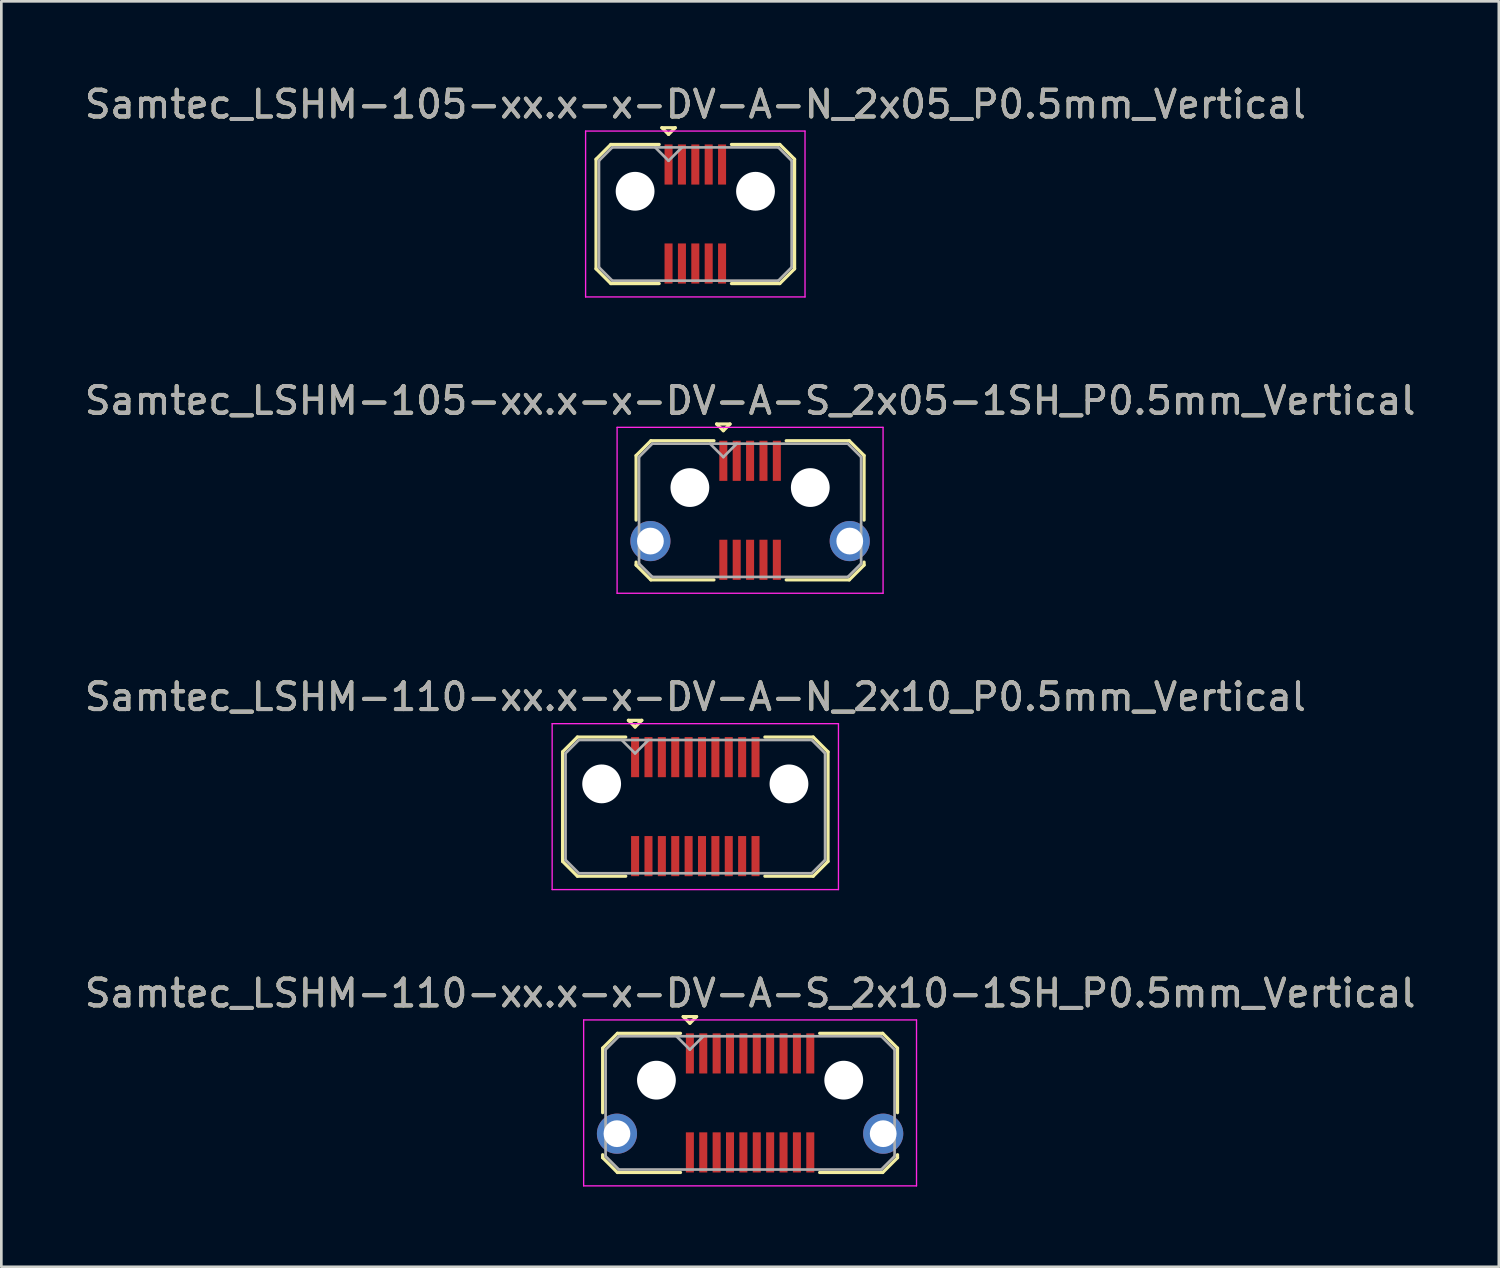
<source format=kicad_pcb>
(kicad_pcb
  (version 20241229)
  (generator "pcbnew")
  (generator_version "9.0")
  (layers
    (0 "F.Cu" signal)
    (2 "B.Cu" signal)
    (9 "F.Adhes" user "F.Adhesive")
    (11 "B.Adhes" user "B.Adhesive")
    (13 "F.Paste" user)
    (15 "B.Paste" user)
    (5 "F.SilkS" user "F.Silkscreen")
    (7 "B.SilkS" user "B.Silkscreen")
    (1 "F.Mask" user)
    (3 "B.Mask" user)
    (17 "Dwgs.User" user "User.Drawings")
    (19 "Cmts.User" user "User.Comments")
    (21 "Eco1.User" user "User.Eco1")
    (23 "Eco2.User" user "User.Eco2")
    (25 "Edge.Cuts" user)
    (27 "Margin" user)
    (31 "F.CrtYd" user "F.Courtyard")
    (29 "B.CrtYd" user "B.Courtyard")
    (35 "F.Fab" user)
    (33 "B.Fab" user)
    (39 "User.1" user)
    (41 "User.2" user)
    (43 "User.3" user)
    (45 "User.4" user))
  (footprint "Samtec_LSHM-110-xx.x-x-DV-A-S_2x10-1SH_P0.5mm_Vertical"
    (layer "F.Cu")
    (at 24.982 38.168)
    (property "Reference" "Samtec_LSHM-110-xx.x-x-DV-A-S_2x10-1SH_P0.5mm_Vertical" (at 0 -4.1 0) (layer "F.SilkS") (effects (font (size 1 1) (thickness 0.15))))
    (attr smd)
    (fp_line (start -5.51 -2.047) (end -5.51 0.365) (stroke (width 0.12) (type solid)) (layer "F.SilkS"))
    (fp_line (start -5.51 1.935) (end -5.51 2.047) (stroke (width 0.12) (type solid)) (layer "F.SilkS"))
    (fp_line (start -5.51 2.047) (end -4.957 2.6) (stroke (width 0.12) (type solid)) (layer "F.SilkS"))
    (fp_line (start -4.957 -2.6) (end -5.51 -2.047) (stroke (width 0.12) (type solid)) (layer "F.SilkS"))
    (fp_line (start -4.957 2.6) (end -2.6 2.6) (stroke (width 0.12) (type solid)) (layer "F.SilkS"))
    (fp_line (start -2.6 -2.6) (end -4.957 -2.6) (stroke (width 0.12) (type solid)) (layer "F.SilkS"))
    (fp_line (start -2.5 -3.225) (end -2 -3.225) (stroke (width 0.12) (type solid)) (layer "F.SilkS"))
    (fp_line (start -2.25 -2.975) (end -2.5 -3.225) (stroke (width 0.12) (type solid)) (layer "F.SilkS"))
    (fp_line (start -2 -3.225) (end -2.25 -2.975) (stroke (width 0.12) (type solid)) (layer "F.SilkS"))
    (fp_line (start 2.6 -2.6) (end 4.957 -2.6) (stroke (width 0.12) (type solid)) (layer "F.SilkS"))
    (fp_line (start 4.957 -2.6) (end 5.51 -2.047) (stroke (width 0.12) (type solid)) (layer "F.SilkS"))
    (fp_line (start 4.957 2.6) (end 2.6 2.6) (stroke (width 0.12) (type solid)) (layer "F.SilkS"))
    (fp_line (start 5.51 -2.047) (end 5.51 0.365) (stroke (width 0.12) (type solid)) (layer "F.SilkS"))
    (fp_line (start 5.51 1.935) (end 5.51 2.047) (stroke (width 0.12) (type solid)) (layer "F.SilkS"))
    (fp_line (start 5.51 2.047) (end 4.957 2.6) (stroke (width 0.12) (type solid)) (layer "F.SilkS"))
    (fp_line (start -6.22 -3.1) (end -6.22 3.1) (stroke (width 0.05) (type solid)) (layer "F.CrtYd"))
    (fp_line (start -6.22 3.1) (end 6.22 3.1) (stroke (width 0.05) (type solid)) (layer "F.CrtYd"))
    (fp_line (start 6.22 -3.1) (end -6.22 -3.1) (stroke (width 0.05) (type solid)) (layer "F.CrtYd"))
    (fp_line (start 6.22 3.1) (end 6.22 -3.1) (stroke (width 0.05) (type solid)) (layer "F.CrtYd"))
    (fp_line (start -5.4 -1.992) (end -5.4 1.992) (stroke (width 0.1) (type solid)) (layer "F.Fab"))
    (fp_line (start -5.4 1.992) (end -4.902 2.49) (stroke (width 0.1) (type solid)) (layer "F.Fab"))
    (fp_line (start -4.902 -2.49) (end -5.4 -1.992) (stroke (width 0.1) (type solid)) (layer "F.Fab"))
    (fp_line (start -4.902 2.49) (end 4.902 2.49) (stroke (width 0.1) (type solid)) (layer "F.Fab"))
    (fp_line (start -2.25 -1.99) (end -2.75 -2.49) (stroke (width 0.1) (type solid)) (layer "F.Fab"))
    (fp_line (start -1.75 -2.49) (end -2.25 -1.99) (stroke (width 0.1) (type solid)) (layer "F.Fab"))
    (fp_line (start 4.902 -2.49) (end -4.902 -2.49) (stroke (width 0.1) (type solid)) (layer "F.Fab"))
    (fp_line (start 4.902 2.49) (end 5.4 1.992) (stroke (width 0.1) (type solid)) (layer "F.Fab"))
    (fp_line (start 5.4 -1.992) (end 4.902 -2.49) (stroke (width 0.1) (type solid)) (layer "F.Fab"))
    (fp_line (start 5.4 1.992) (end 5.4 -1.992) (stroke (width 0.1) (type solid)) (layer "F.Fab"))
    (fp_text user "${REFERENCE}" (at 0 -4.1 0) (layer "F.Fab") (effects (font (size 1 1) (thickness 0.15))))
    (pad "" np_thru_hole circle (at -3.5 -0.85) (size 1.45 1.45) (drill 1.45) (layers "*.Cu" "*.Mask"))
    (pad "" np_thru_hole circle (at 3.5 -0.85) (size 1.45 1.45) (drill 1.45) (layers "*.Cu" "*.Mask"))
    (pad "1" smd rect (at -2.25 -1.85) (size 0.3 1.5) (layers "F.Cu" "F.Mask" "F.Paste"))
    (pad "2" smd rect (at -2.25 1.85) (size 0.3 1.5) (layers "F.Cu" "F.Mask" "F.Paste"))
    (pad "3" smd rect (at -1.75 -1.85) (size 0.3 1.5) (layers "F.Cu" "F.Mask" "F.Paste"))
    (pad "4" smd rect (at -1.75 1.85) (size 0.3 1.5) (layers "F.Cu" "F.Mask" "F.Paste"))
    (pad "5" smd rect (at -1.25 -1.85) (size 0.3 1.5) (layers "F.Cu" "F.Mask" "F.Paste"))
    (pad "6" smd rect (at -1.25 1.85) (size 0.3 1.5) (layers "F.Cu" "F.Mask" "F.Paste"))
    (pad "7" smd rect (at -0.75 -1.85) (size 0.3 1.5) (layers "F.Cu" "F.Mask" "F.Paste"))
    (pad "8" smd rect (at -0.75 1.85) (size 0.3 1.5) (layers "F.Cu" "F.Mask" "F.Paste"))
    (pad "9" smd rect (at -0.25 -1.85) (size 0.3 1.5) (layers "F.Cu" "F.Mask" "F.Paste"))
    (pad "10" smd rect (at -0.25 1.85) (size 0.3 1.5) (layers "F.Cu" "F.Mask" "F.Paste"))
    (pad "11" smd rect (at 0.25 -1.85) (size 0.3 1.5) (layers "F.Cu" "F.Mask" "F.Paste"))
    (pad "12" smd rect (at 0.25 1.85) (size 0.3 1.5) (layers "F.Cu" "F.Mask" "F.Paste"))
    (pad "13" smd rect (at 0.75 -1.85) (size 0.3 1.5) (layers "F.Cu" "F.Mask" "F.Paste"))
    (pad "14" smd rect (at 0.75 1.85) (size 0.3 1.5) (layers "F.Cu" "F.Mask" "F.Paste"))
    (pad "15" smd rect (at 1.25 -1.85) (size 0.3 1.5) (layers "F.Cu" "F.Mask" "F.Paste"))
    (pad "16" smd rect (at 1.25 1.85) (size 0.3 1.5) (layers "F.Cu" "F.Mask" "F.Paste"))
    (pad "17" smd rect (at 1.75 -1.85) (size 0.3 1.5) (layers "F.Cu" "F.Mask" "F.Paste"))
    (pad "18" smd rect (at 1.75 1.85) (size 0.3 1.5) (layers "F.Cu" "F.Mask" "F.Paste"))
    (pad "19" smd rect (at 2.25 -1.85) (size 0.3 1.5) (layers "F.Cu" "F.Mask" "F.Paste"))
    (pad "20" smd rect (at 2.25 1.85) (size 0.3 1.5) (layers "F.Cu" "F.Mask" "F.Paste"))
    (pad "SH" thru_hole circle (at -4.975 1.15) (size 1.5 1.5) (drill 1) (layers "*.Cu" "*.Mask"))
    (pad "SH" thru_hole circle (at 4.975 1.15) (size 1.5 1.5) (drill 1) (layers "*.Cu" "*.Mask")))
  (footprint "Samtec_LSHM-105-xx.x-x-DV-A-N_2x05_P0.5mm_Vertical"
    (layer "F.Cu")
    (at 22.935 4.948)
    (property "Reference" "Samtec_LSHM-105-xx.x-x-DV-A-N_2x05_P0.5mm_Vertical" (at 0 -4.1 0) (layer "F.SilkS") (effects (font (size 1 1) (thickness 0.15))))
    (attr smd)
    (fp_line (start -3.71 -2.047) (end -3.71 2.047) (stroke (width 0.12) (type solid)) (layer "F.SilkS"))
    (fp_line (start -3.71 2.047) (end -3.157 2.6) (stroke (width 0.12) (type solid)) (layer "F.SilkS"))
    (fp_line (start -3.157 -2.6) (end -3.71 -2.047) (stroke (width 0.12) (type solid)) (layer "F.SilkS"))
    (fp_line (start -3.157 2.6) (end -1.35 2.6) (stroke (width 0.12) (type solid)) (layer "F.SilkS"))
    (fp_line (start -1.35 -2.6) (end -3.157 -2.6) (stroke (width 0.12) (type solid)) (layer "F.SilkS"))
    (fp_line (start -1.25 -3.225) (end -0.75 -3.225) (stroke (width 0.12) (type solid)) (layer "F.SilkS"))
    (fp_line (start -1 -2.975) (end -1.25 -3.225) (stroke (width 0.12) (type solid)) (layer "F.SilkS"))
    (fp_line (start -0.75 -3.225) (end -1 -2.975) (stroke (width 0.12) (type solid)) (layer "F.SilkS"))
    (fp_line (start 1.35 -2.6) (end 3.157 -2.6) (stroke (width 0.12) (type solid)) (layer "F.SilkS"))
    (fp_line (start 3.157 -2.6) (end 3.71 -2.047) (stroke (width 0.12) (type solid)) (layer "F.SilkS"))
    (fp_line (start 3.157 2.6) (end 1.35 2.6) (stroke (width 0.12) (type solid)) (layer "F.SilkS"))
    (fp_line (start 3.71 -2.047) (end 3.71 2.047) (stroke (width 0.12) (type solid)) (layer "F.SilkS"))
    (fp_line (start 3.71 2.047) (end 3.157 2.6) (stroke (width 0.12) (type solid)) (layer "F.SilkS"))
    (fp_line (start -4.1 -3.1) (end -4.1 3.1) (stroke (width 0.05) (type solid)) (layer "F.CrtYd"))
    (fp_line (start -4.1 3.1) (end 4.1 3.1) (stroke (width 0.05) (type solid)) (layer "F.CrtYd"))
    (fp_line (start 4.1 -3.1) (end -4.1 -3.1) (stroke (width 0.05) (type solid)) (layer "F.CrtYd"))
    (fp_line (start 4.1 3.1) (end 4.1 -3.1) (stroke (width 0.05) (type solid)) (layer "F.CrtYd"))
    (fp_line (start -3.6 -1.992) (end -3.6 1.992) (stroke (width 0.1) (type solid)) (layer "F.Fab"))
    (fp_line (start -3.6 1.992) (end -3.102 2.49) (stroke (width 0.1) (type solid)) (layer "F.Fab"))
    (fp_line (start -3.102 -2.49) (end -3.6 -1.992) (stroke (width 0.1) (type solid)) (layer "F.Fab"))
    (fp_line (start -3.102 2.49) (end 3.102 2.49) (stroke (width 0.1) (type solid)) (layer "F.Fab"))
    (fp_line (start -1 -1.99) (end -1.5 -2.49) (stroke (width 0.1) (type solid)) (layer "F.Fab"))
    (fp_line (start -0.5 -2.49) (end -1 -1.99) (stroke (width 0.1) (type solid)) (layer "F.Fab"))
    (fp_line (start 3.102 -2.49) (end -3.102 -2.49) (stroke (width 0.1) (type solid)) (layer "F.Fab"))
    (fp_line (start 3.102 2.49) (end 3.6 1.992) (stroke (width 0.1) (type solid)) (layer "F.Fab"))
    (fp_line (start 3.6 -1.992) (end 3.102 -2.49) (stroke (width 0.1) (type solid)) (layer "F.Fab"))
    (fp_line (start 3.6 1.992) (end 3.6 -1.992) (stroke (width 0.1) (type solid)) (layer "F.Fab"))
    (fp_text user "${REFERENCE}" (at 0 -4.1 0) (layer "F.Fab") (effects (font (size 1 1) (thickness 0.15))))
    (pad "" np_thru_hole circle (at -2.25 -0.85) (size 1.45 1.45) (drill 1.45) (layers "*.Cu" "*.Mask"))
    (pad "" np_thru_hole circle (at 2.25 -0.85) (size 1.45 1.45) (drill 1.45) (layers "*.Cu" "*.Mask"))
    (pad "1" smd rect (at -1 -1.85) (size 0.3 1.5) (layers "F.Cu" "F.Mask" "F.Paste"))
    (pad "2" smd rect (at -1 1.85) (size 0.3 1.5) (layers "F.Cu" "F.Mask" "F.Paste"))
    (pad "3" smd rect (at -0.5 -1.85) (size 0.3 1.5) (layers "F.Cu" "F.Mask" "F.Paste"))
    (pad "4" smd rect (at -0.5 1.85) (size 0.3 1.5) (layers "F.Cu" "F.Mask" "F.Paste"))
    (pad "5" smd rect (at 0 -1.85) (size 0.3 1.5) (layers "F.Cu" "F.Mask" "F.Paste"))
    (pad "6" smd rect (at 0 1.85) (size 0.3 1.5) (layers "F.Cu" "F.Mask" "F.Paste"))
    (pad "7" smd rect (at 0.5 -1.85) (size 0.3 1.5) (layers "F.Cu" "F.Mask" "F.Paste"))
    (pad "8" smd rect (at 0.5 1.85) (size 0.3 1.5) (layers "F.Cu" "F.Mask" "F.Paste"))
    (pad "9" smd rect (at 1 -1.85) (size 0.3 1.5) (layers "F.Cu" "F.Mask" "F.Paste"))
    (pad "10" smd rect (at 1 1.85) (size 0.3 1.5) (layers "F.Cu" "F.Mask" "F.Paste")))
  (footprint "Samtec_LSHM-105-xx.x-x-DV-A-S_2x05-1SH_P0.5mm_Vertical"
    (layer "F.Cu")
    (at 24.982 16.021)
    (property "Reference" "Samtec_LSHM-105-xx.x-x-DV-A-S_2x05-1SH_P0.5mm_Vertical" (at 0 -4.1 0) (layer "F.SilkS") (effects (font (size 1 1) (thickness 0.15))))
    (attr smd)
    (fp_line (start -4.26 -2.047) (end -4.26 0.365) (stroke (width 0.12) (type solid)) (layer "F.SilkS"))
    (fp_line (start -4.26 1.935) (end -4.26 2.047) (stroke (width 0.12) (type solid)) (layer "F.SilkS"))
    (fp_line (start -4.26 2.047) (end -3.707 2.6) (stroke (width 0.12) (type solid)) (layer "F.SilkS"))
    (fp_line (start -3.707 -2.6) (end -4.26 -2.047) (stroke (width 0.12) (type solid)) (layer "F.SilkS"))
    (fp_line (start -3.707 2.6) (end -1.35 2.6) (stroke (width 0.12) (type solid)) (layer "F.SilkS"))
    (fp_line (start -1.35 -2.6) (end -3.707 -2.6) (stroke (width 0.12) (type solid)) (layer "F.SilkS"))
    (fp_line (start -1.25 -3.225) (end -0.75 -3.225) (stroke (width 0.12) (type solid)) (layer "F.SilkS"))
    (fp_line (start -1 -2.975) (end -1.25 -3.225) (stroke (width 0.12) (type solid)) (layer "F.SilkS"))
    (fp_line (start -0.75 -3.225) (end -1 -2.975) (stroke (width 0.12) (type solid)) (layer "F.SilkS"))
    (fp_line (start 1.35 -2.6) (end 3.707 -2.6) (stroke (width 0.12) (type solid)) (layer "F.SilkS"))
    (fp_line (start 3.707 -2.6) (end 4.26 -2.047) (stroke (width 0.12) (type solid)) (layer "F.SilkS"))
    (fp_line (start 3.707 2.6) (end 1.35 2.6) (stroke (width 0.12) (type solid)) (layer "F.SilkS"))
    (fp_line (start 4.26 -2.047) (end 4.26 0.365) (stroke (width 0.12) (type solid)) (layer "F.SilkS"))
    (fp_line (start 4.26 1.935) (end 4.26 2.047) (stroke (width 0.12) (type solid)) (layer "F.SilkS"))
    (fp_line (start 4.26 2.047) (end 3.707 2.6) (stroke (width 0.12) (type solid)) (layer "F.SilkS"))
    (fp_line (start -4.97 -3.1) (end -4.97 3.1) (stroke (width 0.05) (type solid)) (layer "F.CrtYd"))
    (fp_line (start -4.97 3.1) (end 4.97 3.1) (stroke (width 0.05) (type solid)) (layer "F.CrtYd"))
    (fp_line (start 4.97 -3.1) (end -4.97 -3.1) (stroke (width 0.05) (type solid)) (layer "F.CrtYd"))
    (fp_line (start 4.97 3.1) (end 4.97 -3.1) (stroke (width 0.05) (type solid)) (layer "F.CrtYd"))
    (fp_line (start -4.15 -1.992) (end -4.15 1.992) (stroke (width 0.1) (type solid)) (layer "F.Fab"))
    (fp_line (start -4.15 1.992) (end -3.652 2.49) (stroke (width 0.1) (type solid)) (layer "F.Fab"))
    (fp_line (start -3.652 -2.49) (end -4.15 -1.992) (stroke (width 0.1) (type solid)) (layer "F.Fab"))
    (fp_line (start -3.652 2.49) (end 3.652 2.49) (stroke (width 0.1) (type solid)) (layer "F.Fab"))
    (fp_line (start -1 -1.99) (end -1.5 -2.49) (stroke (width 0.1) (type solid)) (layer "F.Fab"))
    (fp_line (start -0.5 -2.49) (end -1 -1.99) (stroke (width 0.1) (type solid)) (layer "F.Fab"))
    (fp_line (start 3.652 -2.49) (end -3.652 -2.49) (stroke (width 0.1) (type solid)) (layer "F.Fab"))
    (fp_line (start 3.652 2.49) (end 4.15 1.992) (stroke (width 0.1) (type solid)) (layer "F.Fab"))
    (fp_line (start 4.15 -1.992) (end 3.652 -2.49) (stroke (width 0.1) (type solid)) (layer "F.Fab"))
    (fp_line (start 4.15 1.992) (end 4.15 -1.992) (stroke (width 0.1) (type solid)) (layer "F.Fab"))
    (fp_text user "${REFERENCE}" (at 0 -4.1 0) (layer "F.Fab") (effects (font (size 1 1) (thickness 0.15))))
    (pad "" np_thru_hole circle (at -2.25 -0.85) (size 1.45 1.45) (drill 1.45) (layers "*.Cu" "*.Mask"))
    (pad "" np_thru_hole circle (at 2.25 -0.85) (size 1.45 1.45) (drill 1.45) (layers "*.Cu" "*.Mask"))
    (pad "1" smd rect (at -1 -1.85) (size 0.3 1.5) (layers "F.Cu" "F.Mask" "F.Paste"))
    (pad "2" smd rect (at -1 1.85) (size 0.3 1.5) (layers "F.Cu" "F.Mask" "F.Paste"))
    (pad "3" smd rect (at -0.5 -1.85) (size 0.3 1.5) (layers "F.Cu" "F.Mask" "F.Paste"))
    (pad "4" smd rect (at -0.5 1.85) (size 0.3 1.5) (layers "F.Cu" "F.Mask" "F.Paste"))
    (pad "5" smd rect (at 0 -1.85) (size 0.3 1.5) (layers "F.Cu" "F.Mask" "F.Paste"))
    (pad "6" smd rect (at 0 1.85) (size 0.3 1.5) (layers "F.Cu" "F.Mask" "F.Paste"))
    (pad "7" smd rect (at 0.5 -1.85) (size 0.3 1.5) (layers "F.Cu" "F.Mask" "F.Paste"))
    (pad "8" smd rect (at 0.5 1.85) (size 0.3 1.5) (layers "F.Cu" "F.Mask" "F.Paste"))
    (pad "9" smd rect (at 1 -1.85) (size 0.3 1.5) (layers "F.Cu" "F.Mask" "F.Paste"))
    (pad "10" smd rect (at 1 1.85) (size 0.3 1.5) (layers "F.Cu" "F.Mask" "F.Paste"))
    (pad "SH" thru_hole circle (at -3.725 1.15) (size 1.5 1.5) (drill 1) (layers "*.Cu" "*.Mask"))
    (pad "SH" thru_hole circle (at 3.725 1.15) (size 1.5 1.5) (drill 1) (layers "*.Cu" "*.Mask")))
  (footprint "Samtec_LSHM-110-xx.x-x-DV-A-N_2x10_P0.5mm_Vertical"
    (layer "F.Cu")
    (at 22.935 27.095)
    (property "Reference" "Samtec_LSHM-110-xx.x-x-DV-A-N_2x10_P0.5mm_Vertical" (at 0 -4.1 0) (layer "F.SilkS") (effects (font (size 1 1) (thickness 0.15))))
    (attr smd)
    (fp_line (start -4.96 -2.047) (end -4.96 2.047) (stroke (width 0.12) (type solid)) (layer "F.SilkS"))
    (fp_line (start -4.96 2.047) (end -4.407 2.6) (stroke (width 0.12) (type solid)) (layer "F.SilkS"))
    (fp_line (start -4.407 -2.6) (end -4.96 -2.047) (stroke (width 0.12) (type solid)) (layer "F.SilkS"))
    (fp_line (start -4.407 2.6) (end -2.6 2.6) (stroke (width 0.12) (type solid)) (layer "F.SilkS"))
    (fp_line (start -2.6 -2.6) (end -4.407 -2.6) (stroke (width 0.12) (type solid)) (layer "F.SilkS"))
    (fp_line (start -2.5 -3.225) (end -2 -3.225) (stroke (width 0.12) (type solid)) (layer "F.SilkS"))
    (fp_line (start -2.25 -2.975) (end -2.5 -3.225) (stroke (width 0.12) (type solid)) (layer "F.SilkS"))
    (fp_line (start -2 -3.225) (end -2.25 -2.975) (stroke (width 0.12) (type solid)) (layer "F.SilkS"))
    (fp_line (start 2.6 -2.6) (end 4.407 -2.6) (stroke (width 0.12) (type solid)) (layer "F.SilkS"))
    (fp_line (start 4.407 -2.6) (end 4.96 -2.047) (stroke (width 0.12) (type solid)) (layer "F.SilkS"))
    (fp_line (start 4.407 2.6) (end 2.6 2.6) (stroke (width 0.12) (type solid)) (layer "F.SilkS"))
    (fp_line (start 4.96 -2.047) (end 4.96 2.047) (stroke (width 0.12) (type solid)) (layer "F.SilkS"))
    (fp_line (start 4.96 2.047) (end 4.407 2.6) (stroke (width 0.12) (type solid)) (layer "F.SilkS"))
    (fp_line (start -5.35 -3.1) (end -5.35 3.1) (stroke (width 0.05) (type solid)) (layer "F.CrtYd"))
    (fp_line (start -5.35 3.1) (end 5.35 3.1) (stroke (width 0.05) (type solid)) (layer "F.CrtYd"))
    (fp_line (start 5.35 -3.1) (end -5.35 -3.1) (stroke (width 0.05) (type solid)) (layer "F.CrtYd"))
    (fp_line (start 5.35 3.1) (end 5.35 -3.1) (stroke (width 0.05) (type solid)) (layer "F.CrtYd"))
    (fp_line (start -4.85 -1.992) (end -4.85 1.992) (stroke (width 0.1) (type solid)) (layer "F.Fab"))
    (fp_line (start -4.85 1.992) (end -4.352 2.49) (stroke (width 0.1) (type solid)) (layer "F.Fab"))
    (fp_line (start -4.352 -2.49) (end -4.85 -1.992) (stroke (width 0.1) (type solid)) (layer "F.Fab"))
    (fp_line (start -4.352 2.49) (end 4.352 2.49) (stroke (width 0.1) (type solid)) (layer "F.Fab"))
    (fp_line (start -2.25 -1.99) (end -2.75 -2.49) (stroke (width 0.1) (type solid)) (layer "F.Fab"))
    (fp_line (start -1.75 -2.49) (end -2.25 -1.99) (stroke (width 0.1) (type solid)) (layer "F.Fab"))
    (fp_line (start 4.352 -2.49) (end -4.352 -2.49) (stroke (width 0.1) (type solid)) (layer "F.Fab"))
    (fp_line (start 4.352 2.49) (end 4.85 1.992) (stroke (width 0.1) (type solid)) (layer "F.Fab"))
    (fp_line (start 4.85 -1.992) (end 4.352 -2.49) (stroke (width 0.1) (type solid)) (layer "F.Fab"))
    (fp_line (start 4.85 1.992) (end 4.85 -1.992) (stroke (width 0.1) (type solid)) (layer "F.Fab"))
    (fp_text user "${REFERENCE}" (at 0 -4.1 0) (layer "F.Fab") (effects (font (size 1 1) (thickness 0.15))))
    (pad "" np_thru_hole circle (at -3.5 -0.85) (size 1.45 1.45) (drill 1.45) (layers "*.Cu" "*.Mask"))
    (pad "" np_thru_hole circle (at 3.5 -0.85) (size 1.45 1.45) (drill 1.45) (layers "*.Cu" "*.Mask"))
    (pad "1" smd rect (at -2.25 -1.85) (size 0.3 1.5) (layers "F.Cu" "F.Mask" "F.Paste"))
    (pad "2" smd rect (at -2.25 1.85) (size 0.3 1.5) (layers "F.Cu" "F.Mask" "F.Paste"))
    (pad "3" smd rect (at -1.75 -1.85) (size 0.3 1.5) (layers "F.Cu" "F.Mask" "F.Paste"))
    (pad "4" smd rect (at -1.75 1.85) (size 0.3 1.5) (layers "F.Cu" "F.Mask" "F.Paste"))
    (pad "5" smd rect (at -1.25 -1.85) (size 0.3 1.5) (layers "F.Cu" "F.Mask" "F.Paste"))
    (pad "6" smd rect (at -1.25 1.85) (size 0.3 1.5) (layers "F.Cu" "F.Mask" "F.Paste"))
    (pad "7" smd rect (at -0.75 -1.85) (size 0.3 1.5) (layers "F.Cu" "F.Mask" "F.Paste"))
    (pad "8" smd rect (at -0.75 1.85) (size 0.3 1.5) (layers "F.Cu" "F.Mask" "F.Paste"))
    (pad "9" smd rect (at -0.25 -1.85) (size 0.3 1.5) (layers "F.Cu" "F.Mask" "F.Paste"))
    (pad "10" smd rect (at -0.25 1.85) (size 0.3 1.5) (layers "F.Cu" "F.Mask" "F.Paste"))
    (pad "11" smd rect (at 0.25 -1.85) (size 0.3 1.5) (layers "F.Cu" "F.Mask" "F.Paste"))
    (pad "12" smd rect (at 0.25 1.85) (size 0.3 1.5) (layers "F.Cu" "F.Mask" "F.Paste"))
    (pad "13" smd rect (at 0.75 -1.85) (size 0.3 1.5) (layers "F.Cu" "F.Mask" "F.Paste"))
    (pad "14" smd rect (at 0.75 1.85) (size 0.3 1.5) (layers "F.Cu" "F.Mask" "F.Paste"))
    (pad "15" smd rect (at 1.25 -1.85) (size 0.3 1.5) (layers "F.Cu" "F.Mask" "F.Paste"))
    (pad "16" smd rect (at 1.25 1.85) (size 0.3 1.5) (layers "F.Cu" "F.Mask" "F.Paste"))
    (pad "17" smd rect (at 1.75 -1.85) (size 0.3 1.5) (layers "F.Cu" "F.Mask" "F.Paste"))
    (pad "18" smd rect (at 1.75 1.85) (size 0.3 1.5) (layers "F.Cu" "F.Mask" "F.Paste"))
    (pad "19" smd rect (at 2.25 -1.85) (size 0.3 1.5) (layers "F.Cu" "F.Mask" "F.Paste"))
    (pad "20" smd rect (at 2.25 1.85) (size 0.3 1.5) (layers "F.Cu" "F.Mask" "F.Paste")))
  (gr_rect
    (start -3 -3)
    (end 52.964 44.293)
    (stroke (width 0.1) (type default))
    (fill no)
    (layer "Edge.Cuts")))
</source>
